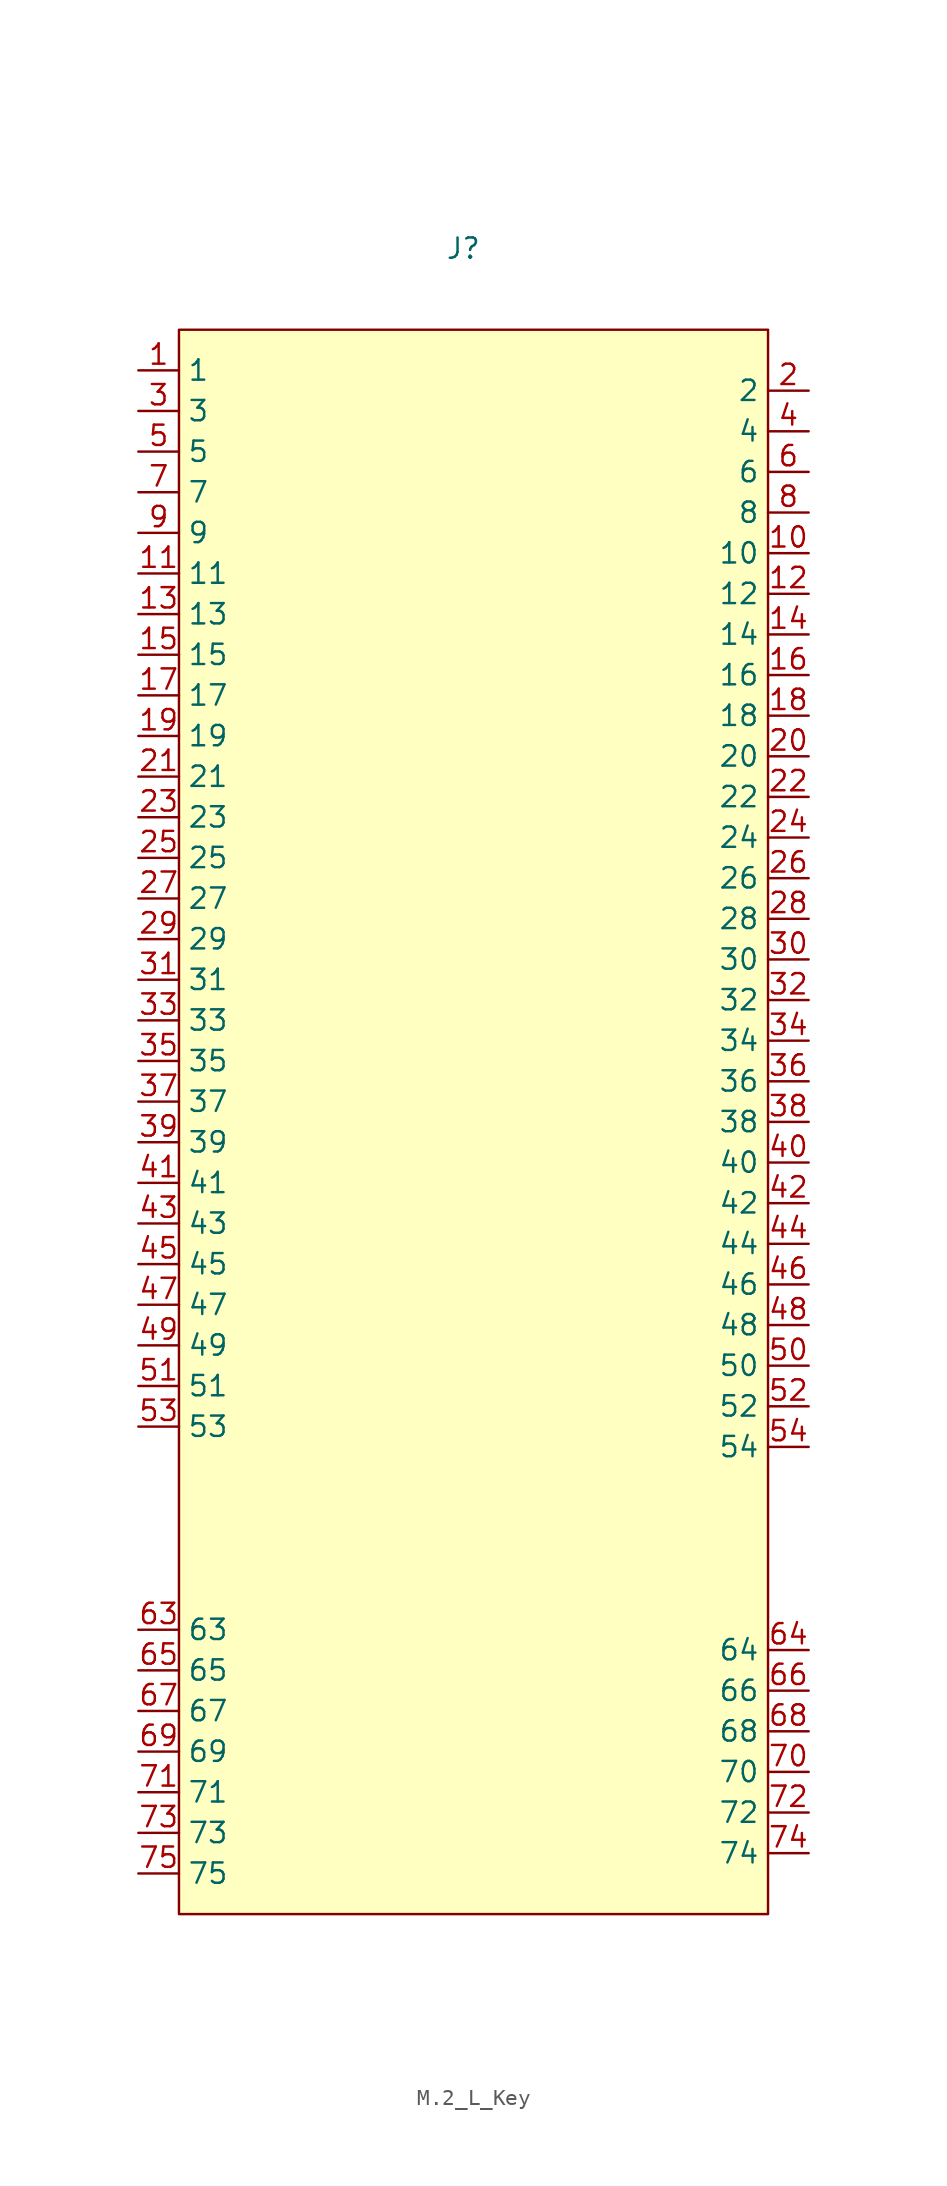
<source format=kicad_sym>
(kicad_symbol_lib
  (version 20241209)
  (generator "kicad_symbol_editor")
  (generator_version "9.0")
  (symbol "M.2_L_Key"
    (property "Reference" "J"
      (at 0 0 0)
      (effects (font (size 1.27 1.27))))
    (property "Value" ""
      (at 0 0 0)
      (effects (font (size 1.27 1.27))))
    (symbol "M.2_L_Key_0_1"
      (rectangle (start -17.78 -5.08) (end 19.05 -104.14) (stroke (width 0) (type default)) (fill (type background))))
    (symbol "M.2_L_Key_1_1"
      (pin unspecified line (at -20.32 -7.62 0) (length 2.54) (name "1" (effects (font (size 1.27 1.27)))) (number "1" (effects (font (size 1.27 1.27)))))
      (pin unspecified line (at -20.32 -10.16 0) (length 2.54) (name "3" (effects (font (size 1.27 1.27)))) (number "3" (effects (font (size 1.27 1.27)))))
      (pin unspecified line (at -20.32 -12.7 0) (length 2.54) (name "5" (effects (font (size 1.27 1.27)))) (number "5" (effects (font (size 1.27 1.27)))))
      (pin unspecified line (at -20.32 -15.24 0) (length 2.54) (name "7" (effects (font (size 1.27 1.27)))) (number "7" (effects (font (size 1.27 1.27)))))
      (pin unspecified line (at -20.32 -17.78 0) (length 2.54) (name "9" (effects (font (size 1.27 1.27)))) (number "9" (effects (font (size 1.27 1.27)))))
      (pin unspecified line (at -20.32 -20.32 0) (length 2.54) (name "11" (effects (font (size 1.27 1.27)))) (number "11" (effects (font (size 1.27 1.27)))))
      (pin unspecified line (at -20.32 -22.86 0) (length 2.54) (name "13" (effects (font (size 1.27 1.27)))) (number "13" (effects (font (size 1.27 1.27)))))
      (pin unspecified line (at -20.32 -25.4 0) (length 2.54) (name "15" (effects (font (size 1.27 1.27)))) (number "15" (effects (font (size 1.27 1.27)))))
      (pin unspecified line (at -20.32 -27.94 0) (length 2.54) (name "17" (effects (font (size 1.27 1.27)))) (number "17" (effects (font (size 1.27 1.27)))))
      (pin unspecified line (at -20.32 -30.48 0) (length 2.54) (name "19" (effects (font (size 1.27 1.27)))) (number "19" (effects (font (size 1.27 1.27)))))
      (pin unspecified line (at -20.32 -33.02 0) (length 2.54) (name "21" (effects (font (size 1.27 1.27)))) (number "21" (effects (font (size 1.27 1.27)))))
      (pin unspecified line (at -20.32 -35.56 0) (length 2.54) (name "23" (effects (font (size 1.27 1.27)))) (number "23" (effects (font (size 1.27 1.27)))))
      (pin unspecified line (at -20.32 -38.1 0) (length 2.54) (name "25" (effects (font (size 1.27 1.27)))) (number "25" (effects (font (size 1.27 1.27)))))
      (pin unspecified line (at -20.32 -40.64 0) (length 2.54) (name "27" (effects (font (size 1.27 1.27)))) (number "27" (effects (font (size 1.27 1.27)))))
      (pin unspecified line (at -20.32 -43.18 0) (length 2.54) (name "29" (effects (font (size 1.27 1.27)))) (number "29" (effects (font (size 1.27 1.27)))))
      (pin unspecified line (at -20.32 -45.72 0) (length 2.54) (name "31" (effects (font (size 1.27 1.27)))) (number "31" (effects (font (size 1.27 1.27)))))
      (pin unspecified line (at -20.32 -48.26 0) (length 2.54) (name "33" (effects (font (size 1.27 1.27)))) (number "33" (effects (font (size 1.27 1.27)))))
      (pin unspecified line (at -20.32 -50.8 0) (length 2.54) (name "35" (effects (font (size 1.27 1.27)))) (number "35" (effects (font (size 1.27 1.27)))))
      (pin unspecified line (at -20.32 -53.34 0) (length 2.54) (name "37" (effects (font (size 1.27 1.27)))) (number "37" (effects (font (size 1.27 1.27)))))
      (pin unspecified line (at -20.32 -55.88 0) (length 2.54) (name "39" (effects (font (size 1.27 1.27)))) (number "39" (effects (font (size 1.27 1.27)))))
      (pin unspecified line (at -20.32 -58.42 0) (length 2.54) (name "41" (effects (font (size 1.27 1.27)))) (number "41" (effects (font (size 1.27 1.27)))))
      (pin unspecified line (at -20.32 -60.96 0) (length 2.54) (name "43" (effects (font (size 1.27 1.27)))) (number "43" (effects (font (size 1.27 1.27)))))
      (pin unspecified line (at -20.32 -63.5 0) (length 2.54) (name "45" (effects (font (size 1.27 1.27)))) (number "45" (effects (font (size 1.27 1.27)))))
      (pin unspecified line (at -20.32 -66.04 0) (length 2.54) (name "47" (effects (font (size 1.27 1.27)))) (number "47" (effects (font (size 1.27 1.27)))))
      (pin unspecified line (at -20.32 -68.58 0) (length 2.54) (name "49" (effects (font (size 1.27 1.27)))) (number "49" (effects (font (size 1.27 1.27)))))
      (pin unspecified line (at -20.32 -71.12 0) (length 2.54) (name "51" (effects (font (size 1.27 1.27)))) (number "51" (effects (font (size 1.27 1.27)))))
      (pin unspecified line (at -20.32 -73.66 0) (length 2.54) (name "53" (effects (font (size 1.27 1.27)))) (number "53" (effects (font (size 1.27 1.27)))))
      (pin unspecified line (at -20.32 -86.36 0) (length 2.54) (name "63" (effects (font (size 1.27 1.27)))) (number "63" (effects (font (size 1.27 1.27)))))
      (pin unspecified line (at -20.32 -88.9 0) (length 2.54) (name "65" (effects (font (size 1.27 1.27)))) (number "65" (effects (font (size 1.27 1.27)))))
      (pin unspecified line (at -20.32 -91.44 0) (length 2.54) (name "67" (effects (font (size 1.27 1.27)))) (number "67" (effects (font (size 1.27 1.27)))))
      (pin unspecified line (at -20.32 -93.98 0) (length 2.54) (name "69" (effects (font (size 1.27 1.27)))) (number "69" (effects (font (size 1.27 1.27)))))
      (pin unspecified line (at -20.32 -96.52 0) (length 2.54) (name "71" (effects (font (size 1.27 1.27)))) (number "71" (effects (font (size 1.27 1.27)))))
      (pin unspecified line (at -20.32 -99.06 0) (length 2.54) (name "73" (effects (font (size 1.27 1.27)))) (number "73" (effects (font (size 1.27 1.27)))))
      (pin unspecified line (at -20.32 -101.6 0) (length 2.54) (name "75" (effects (font (size 1.27 1.27)))) (number "75" (effects (font (size 1.27 1.27)))))
      (pin unspecified line (at 21.59 -8.89 180) (length 2.54) (name "2" (effects (font (size 1.27 1.27)))) (number "2" (effects (font (size 1.27 1.27)))))
      (pin unspecified line (at 21.59 -11.43 180) (length 2.54) (name "4" (effects (font (size 1.27 1.27)))) (number "4" (effects (font (size 1.27 1.27)))))
      (pin unspecified line (at 21.59 -13.97 180) (length 2.54) (name "6" (effects (font (size 1.27 1.27)))) (number "6" (effects (font (size 1.27 1.27)))))
      (pin unspecified line (at 21.59 -16.51 180) (length 2.54) (name "8" (effects (font (size 1.27 1.27)))) (number "8" (effects (font (size 1.27 1.27)))))
      (pin unspecified line (at 21.59 -19.05 180) (length 2.54) (name "10" (effects (font (size 1.27 1.27)))) (number "10" (effects (font (size 1.27 1.27)))))
      (pin unspecified line (at 21.59 -21.59 180) (length 2.54) (name "12" (effects (font (size 1.27 1.27)))) (number "12" (effects (font (size 1.27 1.27)))))
      (pin unspecified line (at 21.59 -24.13 180) (length 2.54) (name "14" (effects (font (size 1.27 1.27)))) (number "14" (effects (font (size 1.27 1.27)))))
      (pin unspecified line (at 21.59 -26.67 180) (length 2.54) (name "16" (effects (font (size 1.27 1.27)))) (number "16" (effects (font (size 1.27 1.27)))))
      (pin unspecified line (at 21.59 -29.21 180) (length 2.54) (name "18" (effects (font (size 1.27 1.27)))) (number "18" (effects (font (size 1.27 1.27)))))
      (pin unspecified line (at 21.59 -31.75 180) (length 2.54) (name "20" (effects (font (size 1.27 1.27)))) (number "20" (effects (font (size 1.27 1.27)))))
      (pin unspecified line (at 21.59 -34.29 180) (length 2.54) (name "22" (effects (font (size 1.27 1.27)))) (number "22" (effects (font (size 1.27 1.27)))))
      (pin unspecified line (at 21.59 -36.83 180) (length 2.54) (name "24" (effects (font (size 1.27 1.27)))) (number "24" (effects (font (size 1.27 1.27)))))
      (pin unspecified line (at 21.59 -39.37 180) (length 2.54) (name "26" (effects (font (size 1.27 1.27)))) (number "26" (effects (font (size 1.27 1.27)))))
      (pin unspecified line (at 21.59 -41.91 180) (length 2.54) (name "28" (effects (font (size 1.27 1.27)))) (number "28" (effects (font (size 1.27 1.27)))))
      (pin unspecified line (at 21.59 -44.45 180) (length 2.54) (name "30" (effects (font (size 1.27 1.27)))) (number "30" (effects (font (size 1.27 1.27)))))
      (pin unspecified line (at 21.59 -46.99 180) (length 2.54) (name "32" (effects (font (size 1.27 1.27)))) (number "32" (effects (font (size 1.27 1.27)))))
      (pin unspecified line (at 21.59 -49.53 180) (length 2.54) (name "34" (effects (font (size 1.27 1.27)))) (number "34" (effects (font (size 1.27 1.27)))))
      (pin unspecified line (at 21.59 -52.07 180) (length 2.54) (name "36" (effects (font (size 1.27 1.27)))) (number "36" (effects (font (size 1.27 1.27)))))
      (pin unspecified line (at 21.59 -54.61 180) (length 2.54) (name "38" (effects (font (size 1.27 1.27)))) (number "38" (effects (font (size 1.27 1.27)))))
      (pin unspecified line (at 21.59 -57.15 180) (length 2.54) (name "40" (effects (font (size 1.27 1.27)))) (number "40" (effects (font (size 1.27 1.27)))))
      (pin unspecified line (at 21.59 -59.69 180) (length 2.54) (name "42" (effects (font (size 1.27 1.27)))) (number "42" (effects (font (size 1.27 1.27)))))
      (pin unspecified line (at 21.59 -62.23 180) (length 2.54) (name "44" (effects (font (size 1.27 1.27)))) (number "44" (effects (font (size 1.27 1.27)))))
      (pin unspecified line (at 21.59 -64.77 180) (length 2.54) (name "46" (effects (font (size 1.27 1.27)))) (number "46" (effects (font (size 1.27 1.27)))))
      (pin unspecified line (at 21.59 -67.31 180) (length 2.54) (name "48" (effects (font (size 1.27 1.27)))) (number "48" (effects (font (size 1.27 1.27)))))
      (pin unspecified line (at 21.59 -69.85 180) (length 2.54) (name "50" (effects (font (size 1.27 1.27)))) (number "50" (effects (font (size 1.27 1.27)))))
      (pin unspecified line (at 21.59 -72.39 180) (length 2.54) (name "52" (effects (font (size 1.27 1.27)))) (number "52" (effects (font (size 1.27 1.27)))))
      (pin unspecified line (at 21.59 -74.93 180) (length 2.54) (name "54" (effects (font (size 1.27 1.27)))) (number "54" (effects (font (size 1.27 1.27)))))
      (pin unspecified line (at 21.59 -87.63 180) (length 2.54) (name "64" (effects (font (size 1.27 1.27)))) (number "64" (effects (font (size 1.27 1.27)))))
      (pin unspecified line (at 21.59 -90.17 180) (length 2.54) (name "66" (effects (font (size 1.27 1.27)))) (number "66" (effects (font (size 1.27 1.27)))))
      (pin unspecified line (at 21.59 -92.71 180) (length 2.54) (name "68" (effects (font (size 1.27 1.27)))) (number "68" (effects (font (size 1.27 1.27)))))
      (pin unspecified line (at 21.59 -95.25 180) (length 2.54) (name "70" (effects (font (size 1.27 1.27)))) (number "70" (effects (font (size 1.27 1.27)))))
      (pin unspecified line (at 21.59 -97.79 180) (length 2.54) (name "72" (effects (font (size 1.27 1.27)))) (number "72" (effects (font (size 1.27 1.27)))))
      (pin unspecified line (at 21.59 -100.33 180) (length 2.54) (name "74" (effects (font (size 1.27 1.27)))) (number "74" (effects (font (size 1.27 1.27))))))))
</source>
